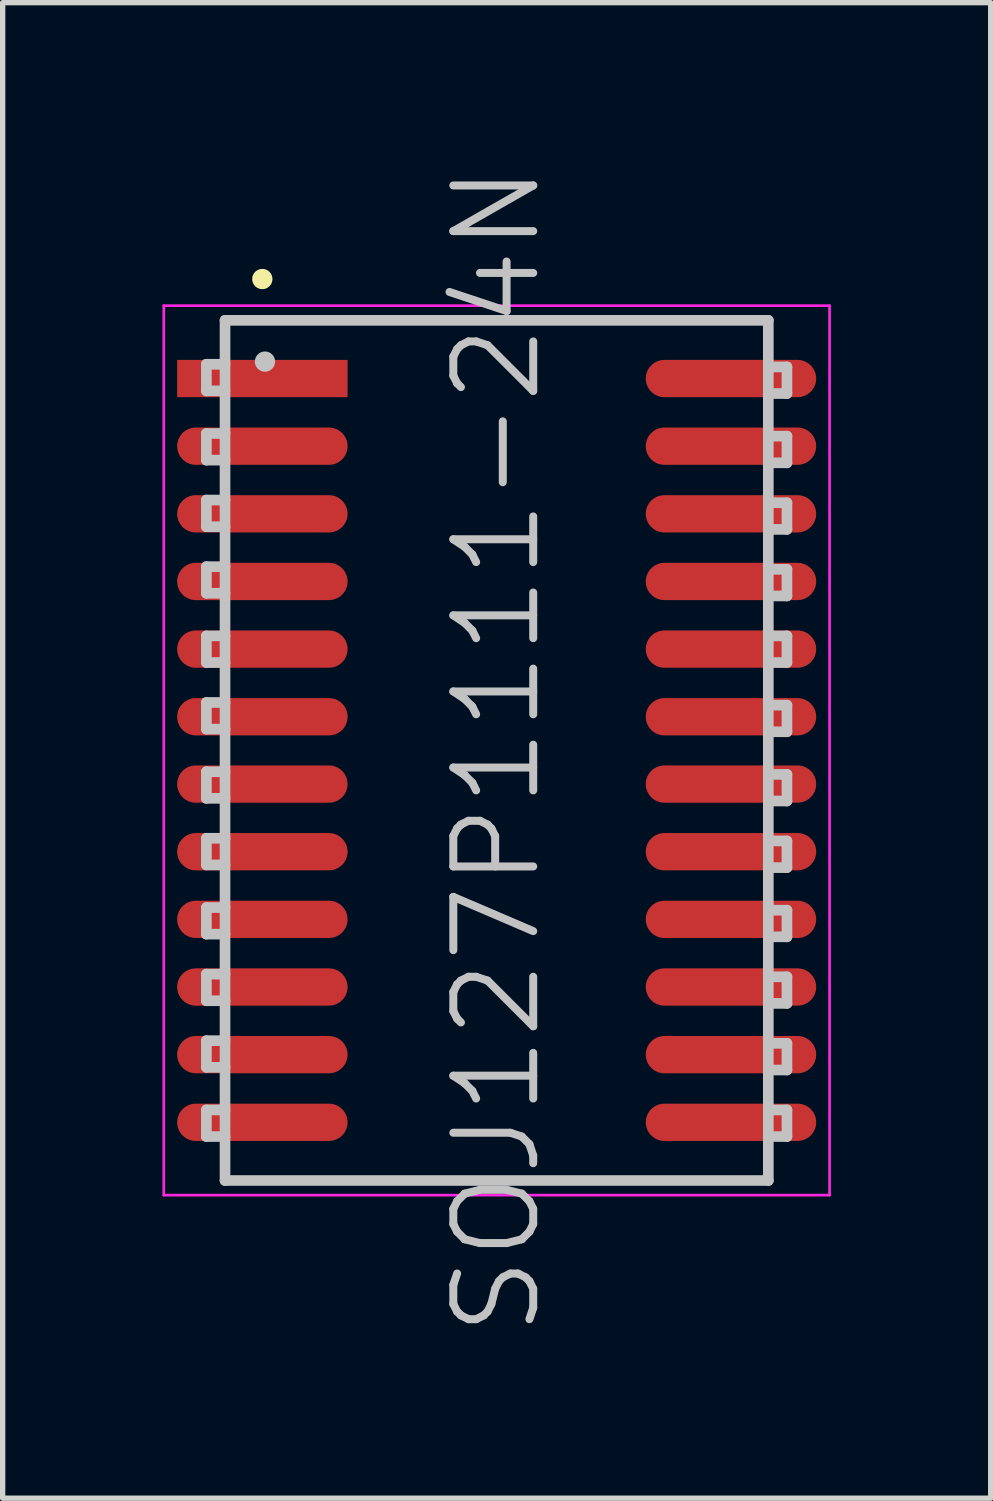
<source format=kicad_pcb>
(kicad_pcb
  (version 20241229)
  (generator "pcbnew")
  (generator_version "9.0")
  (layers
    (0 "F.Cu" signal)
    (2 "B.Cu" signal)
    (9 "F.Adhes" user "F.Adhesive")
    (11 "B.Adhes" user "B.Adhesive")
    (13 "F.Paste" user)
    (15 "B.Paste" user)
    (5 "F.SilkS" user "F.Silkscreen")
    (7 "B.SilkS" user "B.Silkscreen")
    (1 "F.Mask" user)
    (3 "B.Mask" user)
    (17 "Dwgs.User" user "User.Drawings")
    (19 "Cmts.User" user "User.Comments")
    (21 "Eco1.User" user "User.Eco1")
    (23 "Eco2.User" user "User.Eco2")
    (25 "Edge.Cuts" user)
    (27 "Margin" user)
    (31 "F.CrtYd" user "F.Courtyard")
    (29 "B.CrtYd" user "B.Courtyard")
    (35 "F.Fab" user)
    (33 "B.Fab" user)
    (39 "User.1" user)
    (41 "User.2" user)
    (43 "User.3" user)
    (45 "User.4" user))
  (footprint "SOJ127P1111-24N"
    (layer "F.Cu")
    (at 6.275 11.039)
    (property "Reference" "SOJ127P1111-24N" (at 0 0 90) (layer "Dwgs.User") (effects (font (size 1.5 1.5) (thickness 0.15))))
    (attr smd)
    (fp_line (start -4.4 -8.85) (end -4.4 -8.85) (stroke (width 0.381) (type solid)) (layer "F.SilkS"))
    (fp_line (start -5.45 -7.25) (end -5.45 -6.75) (stroke (width 0.2) (type solid)) (layer "Dwgs.User"))
    (fp_line (start -5.45 -6.75) (end -5.1 -6.75) (stroke (width 0.2) (type solid)) (layer "Dwgs.User"))
    (fp_line (start -5.45 -5.95) (end -5.45 -5.45) (stroke (width 0.2) (type solid)) (layer "Dwgs.User"))
    (fp_line (start -5.45 -5.45) (end -5.1 -5.45) (stroke (width 0.2) (type solid)) (layer "Dwgs.User"))
    (fp_line (start -5.45 -4.7) (end -5.45 -4.2) (stroke (width 0.2) (type solid)) (layer "Dwgs.User"))
    (fp_line (start -5.45 -4.2) (end -5.1 -4.2) (stroke (width 0.2) (type solid)) (layer "Dwgs.User"))
    (fp_line (start -5.45 -3.45) (end -5.45 -2.95) (stroke (width 0.2) (type solid)) (layer "Dwgs.User"))
    (fp_line (start -5.45 -2.95) (end -5.1 -2.95) (stroke (width 0.2) (type solid)) (layer "Dwgs.User"))
    (fp_line (start -5.45 -2.15) (end -5.45 -1.65) (stroke (width 0.2) (type solid)) (layer "Dwgs.User"))
    (fp_line (start -5.45 -1.65) (end -5.1 -1.65) (stroke (width 0.2) (type solid)) (layer "Dwgs.User"))
    (fp_line (start -5.45 -0.9) (end -5.45 -0.4) (stroke (width 0.2) (type solid)) (layer "Dwgs.User"))
    (fp_line (start -5.45 -0.4) (end -5.1 -0.4) (stroke (width 0.2) (type solid)) (layer "Dwgs.User"))
    (fp_line (start -5.45 0.4) (end -5.45 0.9) (stroke (width 0.2) (type solid)) (layer "Dwgs.User"))
    (fp_line (start -5.45 0.9) (end -5.1 0.9) (stroke (width 0.2) (type solid)) (layer "Dwgs.User"))
    (fp_line (start -5.45 1.65) (end -5.45 2.15) (stroke (width 0.2) (type solid)) (layer "Dwgs.User"))
    (fp_line (start -5.45 2.15) (end -5.1 2.15) (stroke (width 0.2) (type solid)) (layer "Dwgs.User"))
    (fp_line (start -5.45 2.95) (end -5.45 3.45) (stroke (width 0.2) (type solid)) (layer "Dwgs.User"))
    (fp_line (start -5.45 3.45) (end -5.1 3.45) (stroke (width 0.2) (type solid)) (layer "Dwgs.User"))
    (fp_line (start -5.45 4.2) (end -5.45 4.7) (stroke (width 0.2) (type solid)) (layer "Dwgs.User"))
    (fp_line (start -5.45 4.7) (end -5.1 4.7) (stroke (width 0.2) (type solid)) (layer "Dwgs.User"))
    (fp_line (start -5.45 5.45) (end -5.45 5.95) (stroke (width 0.2) (type solid)) (layer "Dwgs.User"))
    (fp_line (start -5.45 5.95) (end -5.1 5.95) (stroke (width 0.2) (type solid)) (layer "Dwgs.User"))
    (fp_line (start -5.45 6.75) (end -5.45 7.25) (stroke (width 0.2) (type solid)) (layer "Dwgs.User"))
    (fp_line (start -5.45 7.25) (end -5.1 7.25) (stroke (width 0.2) (type solid)) (layer "Dwgs.User"))
    (fp_line (start -5.1 -8.075) (end -5.1 8.075) (stroke (width 0.2) (type solid)) (layer "Dwgs.User"))
    (fp_line (start -5.1 -8.075) (end 5.1 -8.075) (stroke (width 0.2) (type solid)) (layer "Dwgs.User"))
    (fp_line (start -5.1 -7.25) (end -5.45 -7.25) (stroke (width 0.2) (type solid)) (layer "Dwgs.User"))
    (fp_line (start -5.1 -5.95) (end -5.45 -5.95) (stroke (width 0.2) (type solid)) (layer "Dwgs.User"))
    (fp_line (start -5.1 -4.7) (end -5.45 -4.7) (stroke (width 0.2) (type solid)) (layer "Dwgs.User"))
    (fp_line (start -5.1 -3.45) (end -5.45 -3.45) (stroke (width 0.2) (type solid)) (layer "Dwgs.User"))
    (fp_line (start -5.1 -2.15) (end -5.45 -2.15) (stroke (width 0.2) (type solid)) (layer "Dwgs.User"))
    (fp_line (start -5.1 -0.9) (end -5.45 -0.9) (stroke (width 0.2) (type solid)) (layer "Dwgs.User"))
    (fp_line (start -5.1 0.4) (end -5.45 0.4) (stroke (width 0.2) (type solid)) (layer "Dwgs.User"))
    (fp_line (start -5.1 1.65) (end -5.45 1.65) (stroke (width 0.2) (type solid)) (layer "Dwgs.User"))
    (fp_line (start -5.1 2.95) (end -5.45 2.95) (stroke (width 0.2) (type solid)) (layer "Dwgs.User"))
    (fp_line (start -5.1 4.2) (end -5.45 4.2) (stroke (width 0.2) (type solid)) (layer "Dwgs.User"))
    (fp_line (start -5.1 5.45) (end -5.45 5.45) (stroke (width 0.2) (type solid)) (layer "Dwgs.User"))
    (fp_line (start -5.1 6.75) (end -5.45 6.75) (stroke (width 0.2) (type solid)) (layer "Dwgs.User"))
    (fp_line (start -5.1 8.075) (end 5.1 8.075) (stroke (width 0.2) (type solid)) (layer "Dwgs.User"))
    (fp_line (start -4.35 -7.3) (end -4.35 -7.3) (stroke (width 0.381) (type solid)) (layer "Dwgs.User"))
    (fp_line (start 5.1 -8.075) (end 5.1 8.075) (stroke (width 0.2) (type solid)) (layer "Dwgs.User"))
    (fp_line (start 5.1 -7.2) (end 5.45 -7.2) (stroke (width 0.2) (type solid)) (layer "Dwgs.User"))
    (fp_line (start 5.1 -5.9) (end 5.45 -5.9) (stroke (width 0.2) (type solid)) (layer "Dwgs.User"))
    (fp_line (start 5.1 -4.65) (end 5.45 -4.65) (stroke (width 0.2) (type solid)) (layer "Dwgs.User"))
    (fp_line (start 5.1 -3.4) (end 5.45 -3.4) (stroke (width 0.2) (type solid)) (layer "Dwgs.User"))
    (fp_line (start 5.1 -2.15) (end 5.45 -2.15) (stroke (width 0.2) (type solid)) (layer "Dwgs.User"))
    (fp_line (start 5.1 -0.85) (end 5.45 -0.85) (stroke (width 0.2) (type solid)) (layer "Dwgs.User"))
    (fp_line (start 5.1 0.45) (end 5.45 0.45) (stroke (width 0.2) (type solid)) (layer "Dwgs.User"))
    (fp_line (start 5.1 1.7) (end 5.45 1.7) (stroke (width 0.2) (type solid)) (layer "Dwgs.User"))
    (fp_line (start 5.1 3) (end 5.45 3) (stroke (width 0.2) (type solid)) (layer "Dwgs.User"))
    (fp_line (start 5.1 4.25) (end 5.45 4.25) (stroke (width 0.2) (type solid)) (layer "Dwgs.User"))
    (fp_line (start 5.1 5.5) (end 5.45 5.5) (stroke (width 0.2) (type solid)) (layer "Dwgs.User"))
    (fp_line (start 5.1 6.75) (end 5.45 6.75) (stroke (width 0.2) (type solid)) (layer "Dwgs.User"))
    (fp_line (start 5.45 -7.2) (end 5.45 -6.7) (stroke (width 0.2) (type solid)) (layer "Dwgs.User"))
    (fp_line (start 5.45 -6.7) (end 5.1 -6.7) (stroke (width 0.2) (type solid)) (layer "Dwgs.User"))
    (fp_line (start 5.45 -5.9) (end 5.45 -5.4) (stroke (width 0.2) (type solid)) (layer "Dwgs.User"))
    (fp_line (start 5.45 -5.4) (end 5.1 -5.4) (stroke (width 0.2) (type solid)) (layer "Dwgs.User"))
    (fp_line (start 5.45 -4.65) (end 5.45 -4.15) (stroke (width 0.2) (type solid)) (layer "Dwgs.User"))
    (fp_line (start 5.45 -4.15) (end 5.1 -4.15) (stroke (width 0.2) (type solid)) (layer "Dwgs.User"))
    (fp_line (start 5.45 -3.4) (end 5.45 -2.9) (stroke (width 0.2) (type solid)) (layer "Dwgs.User"))
    (fp_line (start 5.45 -2.9) (end 5.1 -2.9) (stroke (width 0.2) (type solid)) (layer "Dwgs.User"))
    (fp_line (start 5.45 -2.15) (end 5.45 -1.65) (stroke (width 0.2) (type solid)) (layer "Dwgs.User"))
    (fp_line (start 5.45 -1.65) (end 5.1 -1.65) (stroke (width 0.2) (type solid)) (layer "Dwgs.User"))
    (fp_line (start 5.45 -0.85) (end 5.45 -0.35) (stroke (width 0.2) (type solid)) (layer "Dwgs.User"))
    (fp_line (start 5.45 -0.35) (end 5.1 -0.35) (stroke (width 0.2) (type solid)) (layer "Dwgs.User"))
    (fp_line (start 5.45 0.45) (end 5.45 0.95) (stroke (width 0.2) (type solid)) (layer "Dwgs.User"))
    (fp_line (start 5.45 0.95) (end 5.1 0.95) (stroke (width 0.2) (type solid)) (layer "Dwgs.User"))
    (fp_line (start 5.45 1.7) (end 5.45 2.2) (stroke (width 0.2) (type solid)) (layer "Dwgs.User"))
    (fp_line (start 5.45 2.2) (end 5.1 2.2) (stroke (width 0.2) (type solid)) (layer "Dwgs.User"))
    (fp_line (start 5.45 3) (end 5.45 3.5) (stroke (width 0.2) (type solid)) (layer "Dwgs.User"))
    (fp_line (start 5.45 3.5) (end 5.1 3.5) (stroke (width 0.2) (type solid)) (layer "Dwgs.User"))
    (fp_line (start 5.45 4.25) (end 5.45 4.75) (stroke (width 0.2) (type solid)) (layer "Dwgs.User"))
    (fp_line (start 5.45 4.75) (end 5.1 4.75) (stroke (width 0.2) (type solid)) (layer "Dwgs.User"))
    (fp_line (start 5.45 5.5) (end 5.45 6) (stroke (width 0.2) (type solid)) (layer "Dwgs.User"))
    (fp_line (start 5.45 6) (end 5.1 6) (stroke (width 0.2) (type solid)) (layer "Dwgs.User"))
    (fp_line (start 5.45 6.75) (end 5.45 7.25) (stroke (width 0.2) (type solid)) (layer "Dwgs.User"))
    (fp_line (start 5.45 7.25) (end 5.1 7.25) (stroke (width 0.2) (type solid)) (layer "Dwgs.User"))
    (fp_line (start -6.25 -8.35) (end -6.25 8.35) (stroke (width 0.05) (type solid)) (layer "F.CrtYd"))
    (fp_line (start -6.25 -8.35) (end 6.25 -8.35) (stroke (width 0.05) (type solid)) (layer "F.CrtYd"))
    (fp_line (start -6.25 8.35) (end 6.25 8.35) (stroke (width 0.05) (type solid)) (layer "F.CrtYd"))
    (fp_line (start 6.25 -8.35) (end 6.25 8.35) (stroke (width 0.05) (type solid)) (layer "F.CrtYd"))
    (pad "1" smd rect (at -4.399 -6.982 90) (size 0.7 3.2) (layers "F.Cu" "F.Mask" "F.Paste"))
    (pad "2" smd oval (at -4.399 -5.712 90) (size 0.7 3.2) (layers "F.Cu" "F.Mask" "F.Paste"))
    (pad "3" smd oval (at -4.399 -4.442 90) (size 0.7 3.2) (layers "F.Cu" "F.Mask" "F.Paste"))
    (pad "4" smd oval (at -4.399 -3.172 90) (size 0.7 3.2) (layers "F.Cu" "F.Mask" "F.Paste"))
    (pad "5" smd oval (at -4.399 -1.902 90) (size 0.7 3.2) (layers "F.Cu" "F.Mask" "F.Paste"))
    (pad "6" smd oval (at -4.399 -0.632 90) (size 0.7 3.2) (layers "F.Cu" "F.Mask" "F.Paste"))
    (pad "7" smd oval (at -4.399 0.632 90) (size 0.7 3.2) (layers "F.Cu" "F.Mask" "F.Paste"))
    (pad "8" smd oval (at -4.399 1.902 90) (size 0.7 3.2) (layers "F.Cu" "F.Mask" "F.Paste"))
    (pad "9" smd oval (at -4.399 3.172 90) (size 0.7 3.2) (layers "F.Cu" "F.Mask" "F.Paste"))
    (pad "10" smd oval (at -4.399 4.442 90) (size 0.7 3.2) (layers "F.Cu" "F.Mask" "F.Paste"))
    (pad "11" smd oval (at -4.399 5.712 90) (size 0.7 3.2) (layers "F.Cu" "F.Mask" "F.Paste"))
    (pad "12" smd oval (at -4.399 6.982 90) (size 0.7 3.2) (layers "F.Cu" "F.Mask" "F.Paste"))
    (pad "13" smd oval (at 4.399 6.982 270) (size 0.7 3.2) (layers "F.Cu" "F.Mask" "F.Paste"))
    (pad "14" smd oval (at 4.399 5.712 270) (size 0.7 3.2) (layers "F.Cu" "F.Mask" "F.Paste"))
    (pad "15" smd oval (at 4.399 4.442 270) (size 0.7 3.2) (layers "F.Cu" "F.Mask" "F.Paste"))
    (pad "16" smd oval (at 4.399 3.172 270) (size 0.7 3.2) (layers "F.Cu" "F.Mask" "F.Paste"))
    (pad "17" smd oval (at 4.399 1.902 270) (size 0.7 3.2) (layers "F.Cu" "F.Mask" "F.Paste"))
    (pad "18" smd oval (at 4.399 0.632 270) (size 0.7 3.2) (layers "F.Cu" "F.Mask" "F.Paste"))
    (pad "19" smd oval (at 4.399 -0.632 270) (size 0.7 3.2) (layers "F.Cu" "F.Mask" "F.Paste"))
    (pad "20" smd oval (at 4.399 -1.902 270) (size 0.7 3.2) (layers "F.Cu" "F.Mask" "F.Paste"))
    (pad "21" smd oval (at 4.399 -3.172 270) (size 0.7 3.2) (layers "F.Cu" "F.Mask" "F.Paste"))
    (pad "22" smd oval (at 4.399 -4.442 270) (size 0.7 3.2) (layers "F.Cu" "F.Mask" "F.Paste"))
    (pad "23" smd oval (at 4.399 -5.712 270) (size 0.7 3.2) (layers "F.Cu" "F.Mask" "F.Paste"))
    (pad "24" smd oval (at 4.399 -6.982 270) (size 0.7 3.2) (layers "F.Cu" "F.Mask" "F.Paste")))
  (gr_rect
    (start -3 -3)
    (end 15.55 25.079)
    (stroke (width 0.1) (type default))
    (fill no)
    (layer "Edge.Cuts")))
</source>
